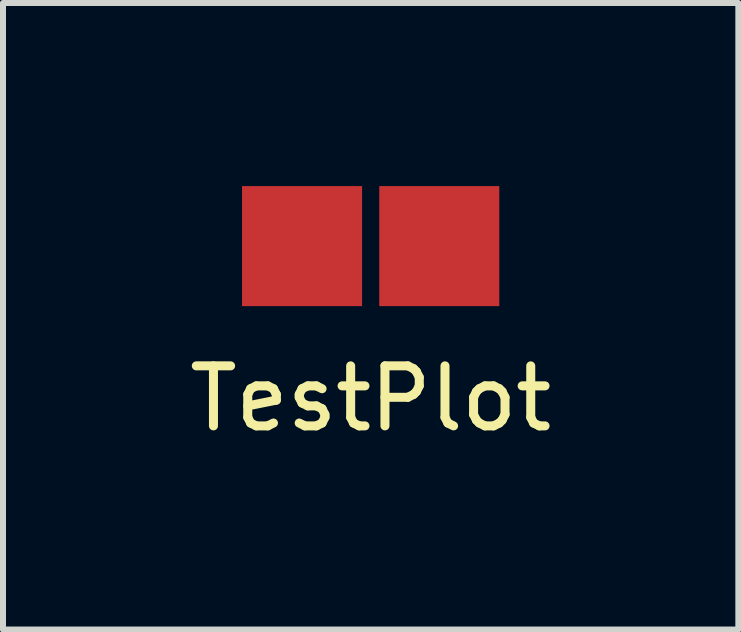
<source format=kicad_pcb>
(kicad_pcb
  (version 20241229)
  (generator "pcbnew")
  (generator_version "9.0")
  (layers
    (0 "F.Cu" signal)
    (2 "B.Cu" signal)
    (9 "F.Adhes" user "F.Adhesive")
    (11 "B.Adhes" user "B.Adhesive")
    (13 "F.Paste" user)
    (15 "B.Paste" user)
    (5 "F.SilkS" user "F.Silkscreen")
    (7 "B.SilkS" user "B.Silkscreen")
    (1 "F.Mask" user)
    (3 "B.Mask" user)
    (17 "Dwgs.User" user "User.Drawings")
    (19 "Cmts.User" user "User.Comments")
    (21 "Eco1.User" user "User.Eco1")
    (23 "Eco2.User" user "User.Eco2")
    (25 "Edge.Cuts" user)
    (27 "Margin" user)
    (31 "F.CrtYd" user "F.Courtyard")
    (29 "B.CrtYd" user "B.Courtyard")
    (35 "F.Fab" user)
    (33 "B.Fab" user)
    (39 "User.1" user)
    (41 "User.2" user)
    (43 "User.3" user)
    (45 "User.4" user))
  (footprint "TestPlot"
    (layer "F.Cu")
    (at 3.125 1.05)
    (property "Reference" "TestPlot" (at 0 2.54 0) (layer "F.SilkS") (effects (font (size 1 1) (thickness 0.15))))
    (attr through_hole)
    (fp_poly (pts (xy 0.4 1) (xy -0.4 1) (xy -0.4 -1) (xy 0.4 -1)) (stroke (width 0.1) (type solid)) (fill yes) (layer "F.Mask"))
    (pad "1" smd rect (at -1.143 0) (size 2 2) (layers "F.Cu" "F.Mask" "F.Paste"))
    (pad "2" smd rect (at 1.143 0) (size 2 2) (layers "F.Cu" "F.Mask" "F.Paste")))
  (gr_rect
    (start -3 -3)
    (end 9.25 7.438)
    (stroke (width 0.1) (type default))
    (fill no)
    (layer "Edge.Cuts")))
</source>
